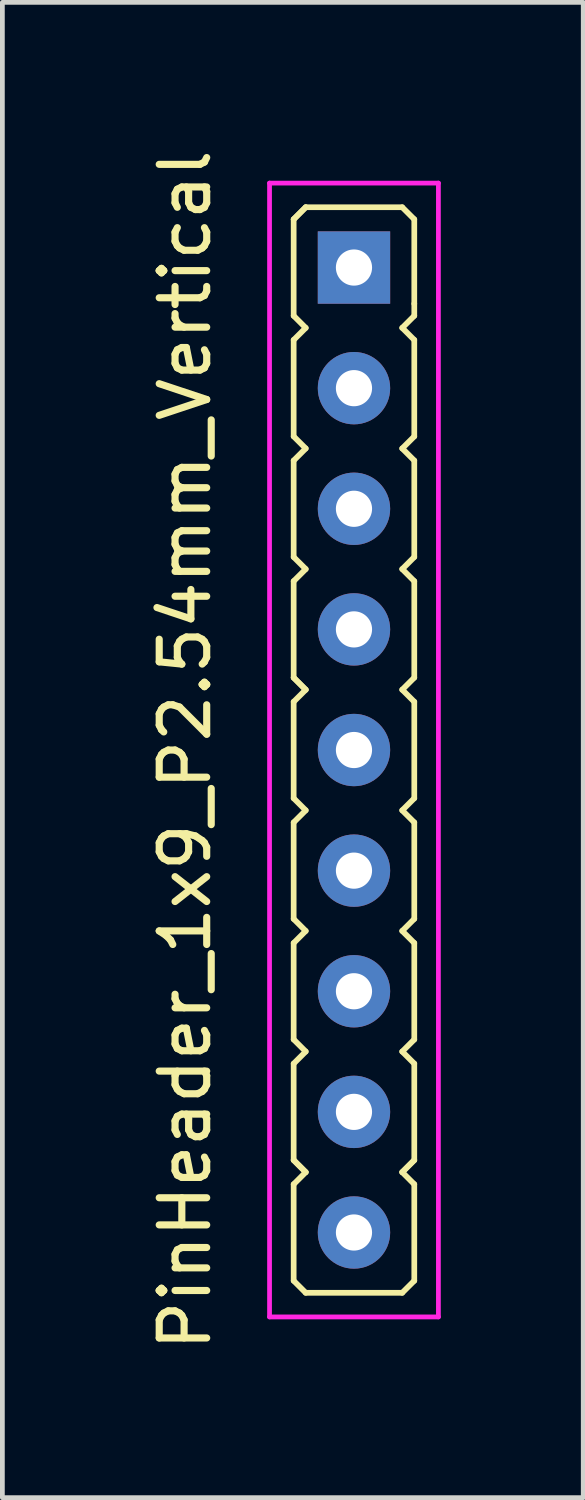
<source format=kicad_pcb>
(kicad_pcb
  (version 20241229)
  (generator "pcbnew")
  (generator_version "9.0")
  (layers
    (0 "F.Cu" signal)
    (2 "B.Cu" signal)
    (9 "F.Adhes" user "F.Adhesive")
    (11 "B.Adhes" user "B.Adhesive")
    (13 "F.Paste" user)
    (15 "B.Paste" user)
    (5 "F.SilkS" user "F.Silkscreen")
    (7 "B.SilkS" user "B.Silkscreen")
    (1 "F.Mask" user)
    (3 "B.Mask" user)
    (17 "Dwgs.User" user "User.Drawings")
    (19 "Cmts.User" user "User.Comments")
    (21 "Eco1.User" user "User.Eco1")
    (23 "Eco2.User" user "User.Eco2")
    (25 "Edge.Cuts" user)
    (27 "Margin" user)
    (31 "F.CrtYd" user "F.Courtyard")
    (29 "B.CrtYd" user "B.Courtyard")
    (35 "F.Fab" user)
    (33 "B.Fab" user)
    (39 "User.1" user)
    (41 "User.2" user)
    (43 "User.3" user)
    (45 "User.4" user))
  (footprint "PinHeader_1x9_P2.54mm_Vertical"
    (layer "F.Cu")
    (at 4.404 12.744)
    (property "Reference" "PinHeader_1x9_P2.54mm_Vertical" (at -3.556 0 90) (layer "F.SilkS") (effects (font (size 1 1) (thickness 0.15))))
    (attr through_hole)
    (fp_line (start -1.27 -11.176) (end -1.016 -11.43) (stroke (width 0.12) (type solid)) (layer "F.SilkS"))
    (fp_line (start -1.27 -11.176) (end -1.016 -11.43) (stroke (width 0.12) (type solid)) (layer "F.SilkS"))
    (fp_line (start -1.27 -9.144) (end -1.27 -11.176) (stroke (width 0.12) (type solid)) (layer "F.SilkS"))
    (fp_line (start -1.27 -8.636) (end -1.016 -8.89) (stroke (width 0.12) (type solid)) (layer "F.SilkS"))
    (fp_line (start -1.27 -6.604) (end -1.27 -8.636) (stroke (width 0.12) (type solid)) (layer "F.SilkS"))
    (fp_line (start -1.27 -6.096) (end -1.016 -6.35) (stroke (width 0.12) (type solid)) (layer "F.SilkS"))
    (fp_line (start -1.27 -4.064) (end -1.27 -6.096) (stroke (width 0.12) (type solid)) (layer "F.SilkS"))
    (fp_line (start -1.27 -3.556) (end -1.016 -3.81) (stroke (width 0.12) (type solid)) (layer "F.SilkS"))
    (fp_line (start -1.27 -1.524) (end -1.27 -3.556) (stroke (width 0.12) (type solid)) (layer "F.SilkS"))
    (fp_line (start -1.27 -1.016) (end -1.016 -1.27) (stroke (width 0.12) (type solid)) (layer "F.SilkS"))
    (fp_line (start -1.27 1.016) (end -1.27 -1.016) (stroke (width 0.12) (type solid)) (layer "F.SilkS"))
    (fp_line (start -1.27 1.016) (end -1.016 1.27) (stroke (width 0.12) (type solid)) (layer "F.SilkS"))
    (fp_line (start -1.27 1.524) (end -1.27 3.556) (stroke (width 0.12) (type solid)) (layer "F.SilkS"))
    (fp_line (start -1.27 1.524) (end -1.016 1.27) (stroke (width 0.12) (type solid)) (layer "F.SilkS"))
    (fp_line (start -1.27 4.064) (end -1.27 6.096) (stroke (width 0.12) (type solid)) (layer "F.SilkS"))
    (fp_line (start -1.27 4.064) (end -1.016 3.81) (stroke (width 0.12) (type solid)) (layer "F.SilkS"))
    (fp_line (start -1.27 8.636) (end -1.27 6.604) (stroke (width 0.12) (type solid)) (layer "F.SilkS"))
    (fp_line (start -1.27 11.176) (end -1.27 9.144) (stroke (width 0.12) (type solid)) (layer "F.SilkS"))
    (fp_line (start -1.016 -8.89) (end -1.27 -9.144) (stroke (width 0.12) (type solid)) (layer "F.SilkS"))
    (fp_line (start -1.016 -6.35) (end -1.27 -6.604) (stroke (width 0.12) (type solid)) (layer "F.SilkS"))
    (fp_line (start -1.016 -3.81) (end -1.27 -4.064) (stroke (width 0.12) (type solid)) (layer "F.SilkS"))
    (fp_line (start -1.016 -1.27) (end -1.27 -1.524) (stroke (width 0.12) (type solid)) (layer "F.SilkS"))
    (fp_line (start -1.016 -1.27) (end -1.27 -1.524) (stroke (width 0.12) (type solid)) (layer "F.SilkS"))
    (fp_line (start -1.016 3.81) (end -1.27 3.556) (stroke (width 0.12) (type solid)) (layer "F.SilkS"))
    (fp_line (start -1.016 6.35) (end -1.27 6.096) (stroke (width 0.12) (type solid)) (layer "F.SilkS"))
    (fp_line (start -1.016 6.35) (end -1.27 6.604) (stroke (width 0.12) (type solid)) (layer "F.SilkS"))
    (fp_line (start -1.016 8.89) (end -1.27 8.636) (stroke (width 0.12) (type solid)) (layer "F.SilkS"))
    (fp_line (start -1.016 8.89) (end -1.27 8.636) (stroke (width 0.12) (type solid)) (layer "F.SilkS"))
    (fp_line (start -1.016 8.89) (end -1.27 9.144) (stroke (width 0.12) (type solid)) (layer "F.SilkS"))
    (fp_line (start -1.016 11.43) (end -1.27 11.176) (stroke (width 0.12) (type solid)) (layer "F.SilkS"))
    (fp_line (start -1.016 11.43) (end 1.016 11.43) (stroke (width 0.12) (type solid)) (layer "F.SilkS"))
    (fp_line (start 1.016 -11.43) (end -1.016 -11.43) (stroke (width 0.12) (type solid)) (layer "F.SilkS"))
    (fp_line (start 1.016 -8.89) (end 1.27 -8.636) (stroke (width 0.12) (type solid)) (layer "F.SilkS"))
    (fp_line (start 1.016 -6.35) (end 1.27 -6.096) (stroke (width 0.12) (type solid)) (layer "F.SilkS"))
    (fp_line (start 1.016 -3.81) (end 1.27 -3.556) (stroke (width 0.12) (type solid)) (layer "F.SilkS"))
    (fp_line (start 1.016 -1.27) (end 1.27 -1.016) (stroke (width 0.12) (type solid)) (layer "F.SilkS"))
    (fp_line (start 1.016 3.81) (end 1.27 3.556) (stroke (width 0.12) (type solid)) (layer "F.SilkS"))
    (fp_line (start 1.016 6.35) (end 1.27 6.096) (stroke (width 0.12) (type solid)) (layer "F.SilkS"))
    (fp_line (start 1.016 6.35) (end 1.27 6.604) (stroke (width 0.12) (type solid)) (layer "F.SilkS"))
    (fp_line (start 1.016 8.89) (end 1.27 8.636) (stroke (width 0.12) (type solid)) (layer "F.SilkS"))
    (fp_line (start 1.016 8.89) (end 1.27 9.144) (stroke (width 0.12) (type solid)) (layer "F.SilkS"))
    (fp_line (start 1.27 -11.176) (end 1.016 -11.43) (stroke (width 0.12) (type solid)) (layer "F.SilkS"))
    (fp_line (start 1.27 -11.176) (end 1.27 -9.398) (stroke (width 0.12) (type solid)) (layer "F.SilkS"))
    (fp_line (start 1.27 -9.398) (end 1.27 -9.144) (stroke (width 0.12) (type solid)) (layer "F.SilkS"))
    (fp_line (start 1.27 -9.144) (end 1.016 -8.89) (stroke (width 0.12) (type solid)) (layer "F.SilkS"))
    (fp_line (start 1.27 -8.636) (end 1.27 -6.604) (stroke (width 0.12) (type solid)) (layer "F.SilkS"))
    (fp_line (start 1.27 -6.604) (end 1.016 -6.35) (stroke (width 0.12) (type solid)) (layer "F.SilkS"))
    (fp_line (start 1.27 -6.096) (end 1.27 -4.064) (stroke (width 0.12) (type solid)) (layer "F.SilkS"))
    (fp_line (start 1.27 -4.064) (end 1.016 -3.81) (stroke (width 0.12) (type solid)) (layer "F.SilkS"))
    (fp_line (start 1.27 -3.556) (end 1.27 -1.524) (stroke (width 0.12) (type solid)) (layer "F.SilkS"))
    (fp_line (start 1.27 -1.524) (end 1.016 -1.27) (stroke (width 0.12) (type solid)) (layer "F.SilkS"))
    (fp_line (start 1.27 -1.016) (end 1.27 1.016) (stroke (width 0.12) (type solid)) (layer "F.SilkS"))
    (fp_line (start 1.27 1.016) (end 1.016 1.27) (stroke (width 0.12) (type solid)) (layer "F.SilkS"))
    (fp_line (start 1.27 1.524) (end 1.016 1.27) (stroke (width 0.12) (type solid)) (layer "F.SilkS"))
    (fp_line (start 1.27 1.524) (end 1.27 3.556) (stroke (width 0.12) (type solid)) (layer "F.SilkS"))
    (fp_line (start 1.27 4.064) (end 1.016 3.81) (stroke (width 0.12) (type solid)) (layer "F.SilkS"))
    (fp_line (start 1.27 4.064) (end 1.27 6.096) (stroke (width 0.12) (type solid)) (layer "F.SilkS"))
    (fp_line (start 1.27 6.604) (end 1.27 8.636) (stroke (width 0.12) (type solid)) (layer "F.SilkS"))
    (fp_line (start 1.27 8.636) (end 1.016 8.89) (stroke (width 0.12) (type solid)) (layer "F.SilkS"))
    (fp_line (start 1.27 9.144) (end 1.27 11.176) (stroke (width 0.12) (type solid)) (layer "F.SilkS"))
    (fp_line (start 1.27 11.176) (end 1.016 11.43) (stroke (width 0.12) (type solid)) (layer "F.SilkS"))
    (fp_line (start -1.778 -11.938) (end 1.778 -11.938) (stroke (width 0.1) (type solid)) (layer "F.CrtYd"))
    (fp_line (start -1.778 11.938) (end -1.778 -11.938) (stroke (width 0.1) (type solid)) (layer "F.CrtYd"))
    (fp_line (start -1.778 11.938) (end 1.778 11.938) (stroke (width 0.1) (type solid)) (layer "F.CrtYd"))
    (fp_line (start 1.778 -11.938) (end 1.778 11.938) (stroke (width 0.1) (type solid)) (layer "F.CrtYd"))
    (pad "1" thru_hole rect (at 0 -10.16) (size 1.524 1.524) (drill 0.762) (layers "*.Cu" "*.Mask"))
    (pad "2" thru_hole oval (at 0 -7.62) (size 1.524 1.524) (drill 0.762) (layers "*.Cu" "*.Mask"))
    (pad "3" thru_hole oval (at 0 -5.08) (size 1.524 1.524) (drill 0.762) (layers "*.Cu" "*.Mask"))
    (pad "4" thru_hole oval (at 0 -2.54) (size 1.524 1.524) (drill 0.762) (layers "*.Cu" "*.Mask"))
    (pad "5" thru_hole oval (at 0 0) (size 1.524 1.524) (drill 0.762) (layers "*.Cu" "*.Mask"))
    (pad "6" thru_hole oval (at 0 2.54) (size 1.524 1.524) (drill 0.762) (layers "*.Cu" "*.Mask"))
    (pad "7" thru_hole oval (at 0 5.08) (size 1.524 1.524) (drill 0.762) (layers "*.Cu" "*.Mask"))
    (pad "8" thru_hole oval (at 0 7.62) (size 1.524 1.524) (drill 0.762) (layers "*.Cu" "*.Mask"))
    (pad "9" thru_hole oval (at 0 10.16) (size 1.524 1.524) (drill 0.762) (layers "*.Cu" "*.Mask")))
  (gr_rect
    (start -3 -3)
    (end 9.232 28.488)
    (stroke (width 0.1) (type default))
    (fill no)
    (layer "Edge.Cuts")))
</source>
